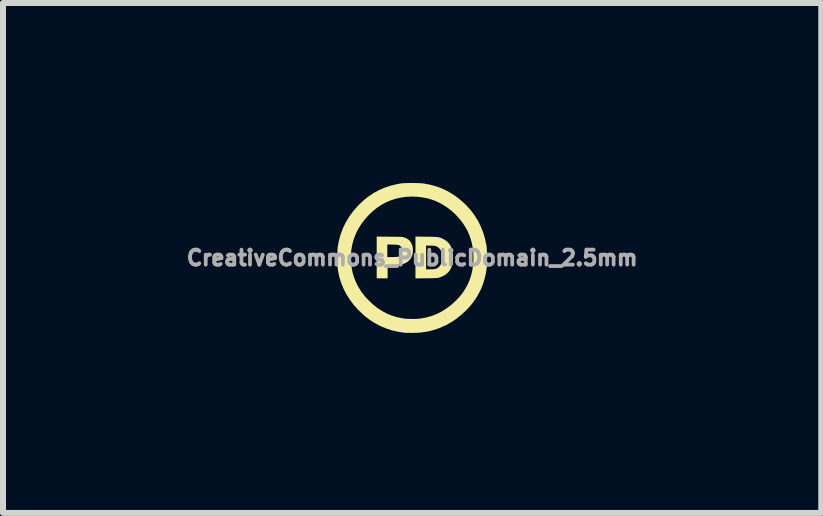
<source format=kicad_pcb>
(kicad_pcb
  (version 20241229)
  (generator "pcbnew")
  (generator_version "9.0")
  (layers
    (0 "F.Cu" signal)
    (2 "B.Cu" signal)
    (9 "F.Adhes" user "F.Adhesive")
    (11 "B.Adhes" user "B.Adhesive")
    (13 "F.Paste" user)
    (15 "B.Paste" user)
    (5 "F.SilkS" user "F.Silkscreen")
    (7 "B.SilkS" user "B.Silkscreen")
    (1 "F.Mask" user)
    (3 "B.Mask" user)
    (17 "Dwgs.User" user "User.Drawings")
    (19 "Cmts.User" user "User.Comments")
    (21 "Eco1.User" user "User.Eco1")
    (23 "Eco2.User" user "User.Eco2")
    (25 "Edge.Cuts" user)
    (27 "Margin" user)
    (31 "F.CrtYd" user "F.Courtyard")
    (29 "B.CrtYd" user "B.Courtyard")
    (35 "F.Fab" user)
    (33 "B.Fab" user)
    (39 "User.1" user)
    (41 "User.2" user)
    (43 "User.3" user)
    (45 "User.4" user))
  (footprint "CreativeCommons_PublicDomain_2.5mm"
    (layer "F.Cu")
    (at 3.819 1.248)
    (property "Reference" "CreativeCommons_PublicDomain_2.5mm" (at 0 0 0) (layer "F.Fab") (effects (font (size 0.25 0.25) (thickness 0.3))))
    (attr board_only exclude_from_pos_files exclude_from_bom)
    (fp_poly (pts (xy -0.381 -0.353) (xy -0.33 -0.353) (xy -0.288 -0.353) (xy -0.253 -0.352) (xy -0.225 -0.351) (xy -0.202 -0.351) (xy -0.184 -0.35) (xy -0.17 -0.349) (xy -0.159 -0.347) (xy -0.15 -0.346) (xy -0.143 -0.344) (xy -0.1 -0.328) (xy -0.065 -0.307) (xy -0.037 -0.28) (xy -0.015 -0.248) (xy 0.001 -0.209) (xy 0.008 -0.18) (xy 0.013 -0.132) (xy 0.011 -0.086) (xy 0.001 -0.043) (xy -0.016 -0.003) (xy -0.04 0.031) (xy -0.07 0.06) (xy -0.104 0.082) (xy -0.125 0.091) (xy -0.144 0.099) (xy -0.164 0.105) (xy -0.185 0.11) (xy -0.21 0.113) (xy -0.24 0.115) (xy -0.276 0.116) (xy -0.303 0.117) (xy -0.409 0.119) (xy -0.409 0.341) (xy -0.591 0.341) (xy -0.591 -0.224) (xy -0.414 -0.224) (xy -0.414 -0.013) (xy -0.326 -0.014) (xy -0.295 -0.015) (xy -0.272 -0.016) (xy -0.255 -0.017) (xy -0.243 -0.018) (xy -0.234 -0.02) (xy -0.226 -0.023) (xy -0.217 -0.027) (xy -0.216 -0.028) (xy -0.194 -0.043) (xy -0.178 -0.064) (xy -0.168 -0.088) (xy -0.164 -0.114) (xy -0.165 -0.141) (xy -0.173 -0.165) (xy -0.186 -0.187) (xy -0.206 -0.205) (xy -0.219 -0.212) (xy -0.228 -0.215) (xy -0.239 -0.217) (xy -0.254 -0.219) (xy -0.274 -0.22) (xy -0.301 -0.221) (xy -0.326 -0.222) (xy -0.414 -0.224) (xy -0.591 -0.224) (xy -0.591 -0.355)) (stroke (width 0) (type solid)) (fill yes) (layer "F.SilkS"))
    (fp_poly (pts (xy 0.233 -0.353) (xy 0.283 -0.353) (xy 0.325 -0.352) (xy 0.36 -0.351) (xy 0.389 -0.35) (xy 0.413 -0.348) (xy 0.434 -0.345) (xy 0.452 -0.341) (xy 0.468 -0.337) (xy 0.484 -0.331) (xy 0.501 -0.323) (xy 0.519 -0.315) (xy 0.522 -0.313) (xy 0.557 -0.292) (xy 0.589 -0.266) (xy 0.617 -0.236) (xy 0.638 -0.204) (xy 0.64 -0.201) (xy 0.656 -0.163) (xy 0.669 -0.118) (xy 0.677 -0.069) (xy 0.68 -0.017) (xy 0.679 0.035) (xy 0.673 0.086) (xy 0.666 0.12) (xy 0.649 0.168) (xy 0.625 0.21) (xy 0.594 0.248) (xy 0.556 0.279) (xy 0.511 0.305) (xy 0.46 0.325) (xy 0.448 0.328) (xy 0.438 0.331) (xy 0.428 0.333) (xy 0.418 0.334) (xy 0.405 0.336) (xy 0.39 0.337) (xy 0.371 0.338) (xy 0.346 0.338) (xy 0.316 0.339) (xy 0.278 0.339) (xy 0.233 0.34) (xy 0.055 0.342) (xy 0.055 -0.205) (xy 0.232 -0.205) (xy 0.232 0.192) (xy 0.308 0.19) (xy 0.337 0.189) (xy 0.358 0.189) (xy 0.374 0.187) (xy 0.386 0.185) (xy 0.396 0.183) (xy 0.406 0.179) (xy 0.407 0.178) (xy 0.438 0.159) (xy 0.462 0.134) (xy 0.481 0.102) (xy 0.493 0.063) (xy 0.499 0.018) (xy 0.5 -0.007) (xy 0.497 -0.055) (xy 0.488 -0.097) (xy 0.472 -0.132) (xy 0.451 -0.161) (xy 0.423 -0.183) (xy 0.407 -0.192) (xy 0.397 -0.196) (xy 0.387 -0.198) (xy 0.375 -0.201) (xy 0.36 -0.202) (xy 0.338 -0.203) (xy 0.31 -0.204) (xy 0.308 -0.204) (xy 0.232 -0.205) (xy 0.055 -0.205) (xy 0.055 -0.355)) (stroke (width 0) (type solid)) (fill yes) (layer "F.SilkS"))
    (fp_poly (pts (xy 0.033 -1.248) (xy 0.074 -1.247) (xy 0.114 -1.246) (xy 0.148 -1.244) (xy 0.177 -1.242) (xy 0.195 -1.239) (xy 0.298 -1.22) (xy 0.394 -1.194) (xy 0.486 -1.161) (xy 0.573 -1.121) (xy 0.656 -1.074) (xy 0.737 -1.02) (xy 0.745 -1.014) (xy 0.831 -0.944) (xy 0.909 -0.87) (xy 0.979 -0.792) (xy 1.041 -0.708) (xy 1.096 -0.62) (xy 1.142 -0.527) (xy 1.181 -0.43) (xy 1.212 -0.329) (xy 1.235 -0.223) (xy 1.239 -0.2) (xy 1.242 -0.175) (xy 1.244 -0.144) (xy 1.246 -0.107) (xy 1.248 -0.066) (xy 1.249 -0.024) (xy 1.249 0.019) (xy 1.249 0.059) (xy 1.248 0.095) (xy 1.247 0.126) (xy 1.246 0.139) (xy 1.231 0.245) (xy 1.208 0.346) (xy 1.178 0.443) (xy 1.14 0.535) (xy 1.094 0.623) (xy 1.057 0.682) (xy 1.027 0.725) (xy 0.999 0.763) (xy 0.97 0.798) (xy 0.938 0.834) (xy 0.901 0.872) (xy 0.898 0.875) (xy 0.816 0.951) (xy 0.732 1.018) (xy 0.644 1.076) (xy 0.552 1.127) (xy 0.458 1.168) (xy 0.359 1.202) (xy 0.258 1.227) (xy 0.152 1.243) (xy 0.152 1.243) (xy 0.131 1.245) (xy 0.103 1.247) (xy 0.07 1.248) (xy 0.034 1.249) (xy -0.002 1.249) (xy -0.038 1.249) (xy -0.072 1.249) (xy -0.1 1.249) (xy -0.122 1.247) (xy -0.127 1.247) (xy -0.233 1.232) (xy -0.336 1.208) (xy -0.434 1.176) (xy -0.529 1.136) (xy -0.621 1.088) (xy -0.709 1.031) (xy -0.793 0.966) (xy -0.873 0.892) (xy -0.899 0.867) (xy -0.972 0.785) (xy -1.036 0.7) (xy -1.093 0.612) (xy -1.14 0.521) (xy -1.18 0.426) (xy -1.211 0.329) (xy -1.233 0.227) (xy -1.246 0.135) (xy -1.248 0.108) (xy -1.249 0.074) (xy -1.249 0.036) (xy -1.249 0.022) (xy -1.02 0.022) (xy -1.019 0.067) (xy -1.016 0.108) (xy -1.012 0.143) (xy -1.012 0.145) (xy -0.994 0.238) (xy -0.969 0.325) (xy -0.935 0.409) (xy -0.894 0.489) (xy -0.845 0.566) (xy -0.787 0.641) (xy -0.734 0.699) (xy -0.662 0.768) (xy -0.587 0.829) (xy -0.508 0.881) (xy -0.427 0.925) (xy -0.341 0.961) (xy -0.252 0.988) (xy -0.159 1.007) (xy -0.133 1.011) (xy -0.103 1.014) (xy -0.066 1.016) (xy -0.025 1.017) (xy 0.018 1.018) (xy 0.059 1.017) (xy 0.098 1.015) (xy 0.13 1.012) (xy 0.135 1.011) (xy 0.228 0.995) (xy 0.317 0.97) (xy 0.403 0.938) (xy 0.485 0.897) (xy 0.565 0.848) (xy 0.642 0.791) (xy 0.716 0.724) (xy 0.734 0.707) (xy 0.794 0.642) (xy 0.847 0.576) (xy 0.891 0.506) (xy 0.923 0.448) (xy 0.958 0.367) (xy 0.985 0.282) (xy 1.005 0.193) (xy 1.017 0.102) (xy 1.022 0.01) (xy 1.019 -0.083) (xy 1.008 -0.175) (xy 0.99 -0.265) (xy 0.963 -0.353) (xy 0.959 -0.364) (xy 0.926 -0.443) (xy 0.884 -0.519) (xy 0.835 -0.593) (xy 0.779 -0.663) (xy 0.717 -0.729) (xy 0.65 -0.79) (xy 0.578 -0.844) (xy 0.502 -0.892) (xy 0.462 -0.914) (xy 0.392 -0.947) (xy 0.321 -0.973) (xy 0.249 -0.994) (xy 0.173 -1.008) (xy 0.091 -1.018) (xy 0.089 -1.018) (xy -0.004 -1.022) (xy -0.097 -1.018) (xy -0.188 -1.005) (xy -0.277 -0.985) (xy -0.362 -0.957) (xy -0.444 -0.922) (xy -0.509 -0.886) (xy -0.585 -0.836) (xy -0.657 -0.778) (xy -0.725 -0.713) (xy -0.788 -0.643) (xy -0.844 -0.569) (xy -0.893 -0.492) (xy -0.921 -0.439) (xy -0.951 -0.371) (xy -0.976 -0.304) (xy -0.995 -0.235) (xy -1.009 -0.162) (xy -1.012 -0.145) (xy -1.016 -0.111) (xy -1.019 -0.07) (xy -1.02 -0.025) (xy -1.02 0.022) (xy -1.249 0.022) (xy -1.249 -0.006) (xy -1.248 -0.048) (xy -1.247 -0.09) (xy -1.245 -0.128) (xy -1.243 -0.162) (xy -1.24 -0.189) (xy -1.239 -0.195) (xy -1.218 -0.3) (xy -1.189 -0.401) (xy -1.152 -0.499) (xy -1.106 -0.593) (xy -1.052 -0.683) (xy -0.989 -0.77) (xy -0.919 -0.852) (xy -0.88 -0.893) (xy -0.801 -0.966) (xy -0.72 -1.03) (xy -0.634 -1.086) (xy -0.545 -1.133) (xy -0.451 -1.173) (xy -0.353 -1.205) (xy -0.25 -1.23) (xy -0.18 -1.242) (xy -0.157 -1.244) (xy -0.127 -1.246) (xy -0.092 -1.247) (xy -0.052 -1.248) (xy -0.01 -1.248)) (stroke (width 0) (type solid)) (fill yes) (layer "F.SilkS")))
  (gr_rect
    (start -3 -3)
    (end 10.637 5.498)
    (stroke (width 0.1) (type default))
    (fill no)
    (layer "Edge.Cuts")))
</source>
